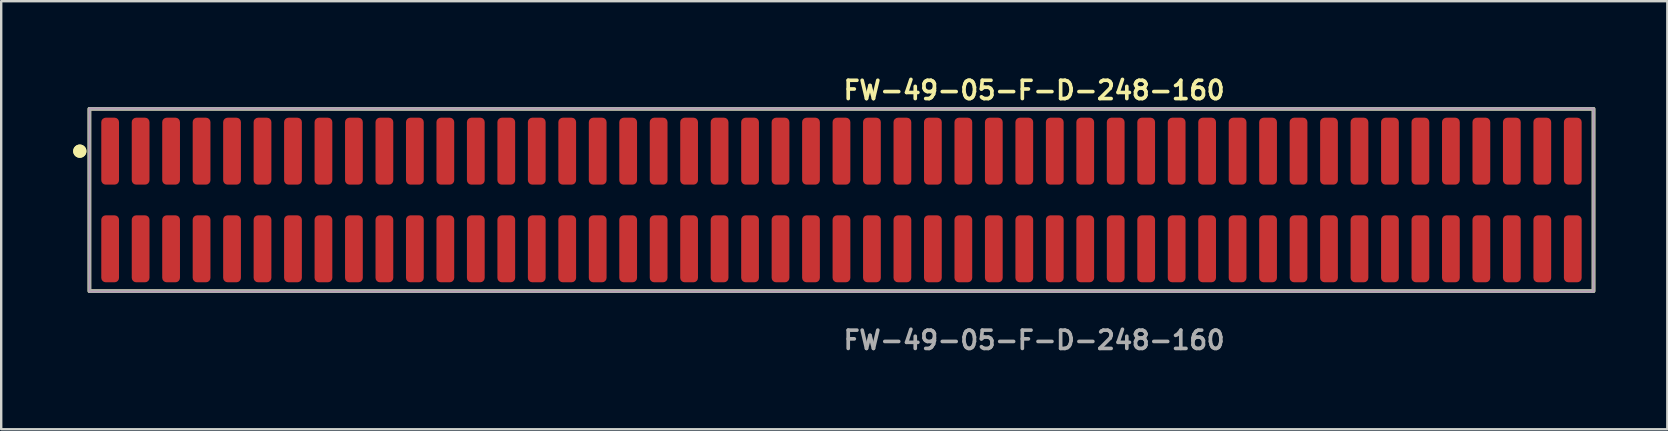
<source format=kicad_pcb>
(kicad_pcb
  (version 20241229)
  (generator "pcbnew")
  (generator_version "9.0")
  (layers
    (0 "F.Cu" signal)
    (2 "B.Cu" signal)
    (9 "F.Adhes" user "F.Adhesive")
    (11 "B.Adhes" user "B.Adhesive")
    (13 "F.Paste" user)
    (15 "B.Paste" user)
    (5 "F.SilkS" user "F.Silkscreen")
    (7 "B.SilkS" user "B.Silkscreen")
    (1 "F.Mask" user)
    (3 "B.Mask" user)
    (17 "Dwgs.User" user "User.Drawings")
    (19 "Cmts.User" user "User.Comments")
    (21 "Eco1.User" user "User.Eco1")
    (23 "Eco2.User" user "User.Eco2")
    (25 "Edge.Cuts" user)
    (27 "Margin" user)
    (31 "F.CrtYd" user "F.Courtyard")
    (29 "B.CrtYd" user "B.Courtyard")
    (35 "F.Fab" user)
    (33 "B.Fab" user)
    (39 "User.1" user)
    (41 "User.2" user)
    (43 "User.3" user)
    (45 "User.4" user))
  (footprint "FW-49-05-F-D-248-160"
    (layer "F.Cu")
    (at 32.021 5.285)
    (property "Reference" "FW-49-05-F-D-248-160" (at 0 -4.572 0) (unlocked yes) (layer "F.SilkS") (effects (font (size 0.762 0.762) (thickness 0.152)) (justify left)))
    (fp_rect (start -31.345 3.8) (end 31.345 -3.8) (stroke (width 0.152) (type solid)) (fill no) (layer "F.SilkS"))
    (fp_circle (center -31.745 -2.035) (end -31.945 -2.035) (stroke (width 0.152) (type solid)) (fill yes) (layer "F.SilkS"))
    (fp_circle (center -31.745 -2.035) (end -31.945 -2.035) (stroke (width 0.152) (type solid)) (fill yes) (layer "F.SilkS"))
    (fp_rect (start -31.345 3.8) (end 31.345 -3.8) (stroke (width 0.006) (type solid)) (fill no) (layer "F.CrtYd"))
    (fp_rect (start -31.345 3.8) (end 31.345 -3.8) (stroke (width 0.152) (type solid)) (fill no) (layer "F.Fab"))
    (fp_text user "${REFERENCE}" (at 0 5.842 0) (unlocked yes) (layer "F.Fab") (effects (font (size 0.762 0.762) (thickness 0.152)) (justify left)))
    (pad "1" smd roundrect (at -30.48 -2.035) (size 0.74 2.79) (layers "F.Cu" "F.Paste") (roundrect_rratio 0.25))
    (pad "2" smd roundrect (at -30.48 2.035) (size 0.74 2.79) (layers "F.Cu" "F.Paste") (roundrect_rratio 0.25))
    (pad "3" smd roundrect (at -29.21 -2.035) (size 0.74 2.79) (layers "F.Cu" "F.Paste") (roundrect_rratio 0.25))
    (pad "4" smd roundrect (at -29.21 2.035) (size 0.74 2.79) (layers "F.Cu" "F.Paste") (roundrect_rratio 0.25))
    (pad "5" smd roundrect (at -27.94 -2.035) (size 0.74 2.79) (layers "F.Cu" "F.Paste") (roundrect_rratio 0.25))
    (pad "6" smd roundrect (at -27.94 2.035) (size 0.74 2.79) (layers "F.Cu" "F.Paste") (roundrect_rratio 0.25))
    (pad "7" smd roundrect (at -26.67 -2.035) (size 0.74 2.79) (layers "F.Cu" "F.Paste") (roundrect_rratio 0.25))
    (pad "8" smd roundrect (at -26.67 2.035) (size 0.74 2.79) (layers "F.Cu" "F.Paste") (roundrect_rratio 0.25))
    (pad "9" smd roundrect (at -25.4 -2.035) (size 0.74 2.79) (layers "F.Cu" "F.Paste") (roundrect_rratio 0.25))
    (pad "10" smd roundrect (at -25.4 2.035) (size 0.74 2.79) (layers "F.Cu" "F.Paste") (roundrect_rratio 0.25))
    (pad "11" smd roundrect (at -24.13 -2.035) (size 0.74 2.79) (layers "F.Cu" "F.Paste") (roundrect_rratio 0.25))
    (pad "12" smd roundrect (at -24.13 2.035) (size 0.74 2.79) (layers "F.Cu" "F.Paste") (roundrect_rratio 0.25))
    (pad "13" smd roundrect (at -22.86 -2.035) (size 0.74 2.79) (layers "F.Cu" "F.Paste") (roundrect_rratio 0.25))
    (pad "14" smd roundrect (at -22.86 2.035) (size 0.74 2.79) (layers "F.Cu" "F.Paste") (roundrect_rratio 0.25))
    (pad "15" smd roundrect (at -21.59 -2.035) (size 0.74 2.79) (layers "F.Cu" "F.Paste") (roundrect_rratio 0.25))
    (pad "16" smd roundrect (at -21.59 2.035) (size 0.74 2.79) (layers "F.Cu" "F.Paste") (roundrect_rratio 0.25))
    (pad "17" smd roundrect (at -20.32 -2.035) (size 0.74 2.79) (layers "F.Cu" "F.Paste") (roundrect_rratio 0.25))
    (pad "18" smd roundrect (at -20.32 2.035) (size 0.74 2.79) (layers "F.Cu" "F.Paste") (roundrect_rratio 0.25))
    (pad "19" smd roundrect (at -19.05 -2.035) (size 0.74 2.79) (layers "F.Cu" "F.Paste") (roundrect_rratio 0.25))
    (pad "20" smd roundrect (at -19.05 2.035) (size 0.74 2.79) (layers "F.Cu" "F.Paste") (roundrect_rratio 0.25))
    (pad "21" smd roundrect (at -17.78 -2.035) (size 0.74 2.79) (layers "F.Cu" "F.Paste") (roundrect_rratio 0.25))
    (pad "22" smd roundrect (at -17.78 2.035) (size 0.74 2.79) (layers "F.Cu" "F.Paste") (roundrect_rratio 0.25))
    (pad "23" smd roundrect (at -16.51 -2.035) (size 0.74 2.79) (layers "F.Cu" "F.Paste") (roundrect_rratio 0.25))
    (pad "24" smd roundrect (at -16.51 2.035) (size 0.74 2.79) (layers "F.Cu" "F.Paste") (roundrect_rratio 0.25))
    (pad "25" smd roundrect (at -15.24 -2.035) (size 0.74 2.79) (layers "F.Cu" "F.Paste") (roundrect_rratio 0.25))
    (pad "26" smd roundrect (at -15.24 2.035) (size 0.74 2.79) (layers "F.Cu" "F.Paste") (roundrect_rratio 0.25))
    (pad "27" smd roundrect (at -13.97 -2.035) (size 0.74 2.79) (layers "F.Cu" "F.Paste") (roundrect_rratio 0.25))
    (pad "28" smd roundrect (at -13.97 2.035) (size 0.74 2.79) (layers "F.Cu" "F.Paste") (roundrect_rratio 0.25))
    (pad "29" smd roundrect (at -12.7 -2.035) (size 0.74 2.79) (layers "F.Cu" "F.Paste") (roundrect_rratio 0.25))
    (pad "30" smd roundrect (at -12.7 2.035) (size 0.74 2.79) (layers "F.Cu" "F.Paste") (roundrect_rratio 0.25))
    (pad "31" smd roundrect (at -11.43 -2.035) (size 0.74 2.79) (layers "F.Cu" "F.Paste") (roundrect_rratio 0.25))
    (pad "32" smd roundrect (at -11.43 2.035) (size 0.74 2.79) (layers "F.Cu" "F.Paste") (roundrect_rratio 0.25))
    (pad "33" smd roundrect (at -10.16 -2.035) (size 0.74 2.79) (layers "F.Cu" "F.Paste") (roundrect_rratio 0.25))
    (pad "34" smd roundrect (at -10.16 2.035) (size 0.74 2.79) (layers "F.Cu" "F.Paste") (roundrect_rratio 0.25))
    (pad "35" smd roundrect (at -8.89 -2.035) (size 0.74 2.79) (layers "F.Cu" "F.Paste") (roundrect_rratio 0.25))
    (pad "36" smd roundrect (at -8.89 2.035) (size 0.74 2.79) (layers "F.Cu" "F.Paste") (roundrect_rratio 0.25))
    (pad "37" smd roundrect (at -7.62 -2.035) (size 0.74 2.79) (layers "F.Cu" "F.Paste") (roundrect_rratio 0.25))
    (pad "38" smd roundrect (at -7.62 2.035) (size 0.74 2.79) (layers "F.Cu" "F.Paste") (roundrect_rratio 0.25))
    (pad "39" smd roundrect (at -6.35 -2.035) (size 0.74 2.79) (layers "F.Cu" "F.Paste") (roundrect_rratio 0.25))
    (pad "40" smd roundrect (at -6.35 2.035) (size 0.74 2.79) (layers "F.Cu" "F.Paste") (roundrect_rratio 0.25))
    (pad "41" smd roundrect (at -5.08 -2.035) (size 0.74 2.79) (layers "F.Cu" "F.Paste") (roundrect_rratio 0.25))
    (pad "42" smd roundrect (at -5.08 2.035) (size 0.74 2.79) (layers "F.Cu" "F.Paste") (roundrect_rratio 0.25))
    (pad "43" smd roundrect (at -3.81 -2.035) (size 0.74 2.79) (layers "F.Cu" "F.Paste") (roundrect_rratio 0.25))
    (pad "44" smd roundrect (at -3.81 2.035) (size 0.74 2.79) (layers "F.Cu" "F.Paste") (roundrect_rratio 0.25))
    (pad "45" smd roundrect (at -2.54 -2.035) (size 0.74 2.79) (layers "F.Cu" "F.Paste") (roundrect_rratio 0.25))
    (pad "46" smd roundrect (at -2.54 2.035) (size 0.74 2.79) (layers "F.Cu" "F.Paste") (roundrect_rratio 0.25))
    (pad "47" smd roundrect (at -1.27 -2.035) (size 0.74 2.79) (layers "F.Cu" "F.Paste") (roundrect_rratio 0.25))
    (pad "48" smd roundrect (at -1.27 2.035) (size 0.74 2.79) (layers "F.Cu" "F.Paste") (roundrect_rratio 0.25))
    (pad "49" smd roundrect (at 0 -2.035) (size 0.74 2.79) (layers "F.Cu" "F.Paste") (roundrect_rratio 0.25))
    (pad "50" smd roundrect (at 0 2.035) (size 0.74 2.79) (layers "F.Cu" "F.Paste") (roundrect_rratio 0.25))
    (pad "51" smd roundrect (at 1.27 -2.035) (size 0.74 2.79) (layers "F.Cu" "F.Paste") (roundrect_rratio 0.25))
    (pad "52" smd roundrect (at 1.27 2.035) (size 0.74 2.79) (layers "F.Cu" "F.Paste") (roundrect_rratio 0.25))
    (pad "53" smd roundrect (at 2.54 -2.035) (size 0.74 2.79) (layers "F.Cu" "F.Paste") (roundrect_rratio 0.25))
    (pad "54" smd roundrect (at 2.54 2.035) (size 0.74 2.79) (layers "F.Cu" "F.Paste") (roundrect_rratio 0.25))
    (pad "55" smd roundrect (at 3.81 -2.035) (size 0.74 2.79) (layers "F.Cu" "F.Paste") (roundrect_rratio 0.25))
    (pad "56" smd roundrect (at 3.81 2.035) (size 0.74 2.79) (layers "F.Cu" "F.Paste") (roundrect_rratio 0.25))
    (pad "57" smd roundrect (at 5.08 -2.035) (size 0.74 2.79) (layers "F.Cu" "F.Paste") (roundrect_rratio 0.25))
    (pad "58" smd roundrect (at 5.08 2.035) (size 0.74 2.79) (layers "F.Cu" "F.Paste") (roundrect_rratio 0.25))
    (pad "59" smd roundrect (at 6.35 -2.035) (size 0.74 2.79) (layers "F.Cu" "F.Paste") (roundrect_rratio 0.25))
    (pad "60" smd roundrect (at 6.35 2.035) (size 0.74 2.79) (layers "F.Cu" "F.Paste") (roundrect_rratio 0.25))
    (pad "61" smd roundrect (at 7.62 -2.035) (size 0.74 2.79) (layers "F.Cu" "F.Paste") (roundrect_rratio 0.25))
    (pad "62" smd roundrect (at 7.62 2.035) (size 0.74 2.79) (layers "F.Cu" "F.Paste") (roundrect_rratio 0.25))
    (pad "63" smd roundrect (at 8.89 -2.035) (size 0.74 2.79) (layers "F.Cu" "F.Paste") (roundrect_rratio 0.25))
    (pad "64" smd roundrect (at 8.89 2.035) (size 0.74 2.79) (layers "F.Cu" "F.Paste") (roundrect_rratio 0.25))
    (pad "65" smd roundrect (at 10.16 -2.035) (size 0.74 2.79) (layers "F.Cu" "F.Paste") (roundrect_rratio 0.25))
    (pad "66" smd roundrect (at 10.16 2.035) (size 0.74 2.79) (layers "F.Cu" "F.Paste") (roundrect_rratio 0.25))
    (pad "67" smd roundrect (at 11.43 -2.035) (size 0.74 2.79) (layers "F.Cu" "F.Paste") (roundrect_rratio 0.25))
    (pad "68" smd roundrect (at 11.43 2.035) (size 0.74 2.79) (layers "F.Cu" "F.Paste") (roundrect_rratio 0.25))
    (pad "69" smd roundrect (at 12.7 -2.035) (size 0.74 2.79) (layers "F.Cu" "F.Paste") (roundrect_rratio 0.25))
    (pad "70" smd roundrect (at 12.7 2.035) (size 0.74 2.79) (layers "F.Cu" "F.Paste") (roundrect_rratio 0.25))
    (pad "71" smd roundrect (at 13.97 -2.035) (size 0.74 2.79) (layers "F.Cu" "F.Paste") (roundrect_rratio 0.25))
    (pad "72" smd roundrect (at 13.97 2.035) (size 0.74 2.79) (layers "F.Cu" "F.Paste") (roundrect_rratio 0.25))
    (pad "73" smd roundrect (at 15.24 -2.035) (size 0.74 2.79) (layers "F.Cu" "F.Paste") (roundrect_rratio 0.25))
    (pad "74" smd roundrect (at 15.24 2.035) (size 0.74 2.79) (layers "F.Cu" "F.Paste") (roundrect_rratio 0.25))
    (pad "75" smd roundrect (at 16.51 -2.035) (size 0.74 2.79) (layers "F.Cu" "F.Paste") (roundrect_rratio 0.25))
    (pad "76" smd roundrect (at 16.51 2.035) (size 0.74 2.79) (layers "F.Cu" "F.Paste") (roundrect_rratio 0.25))
    (pad "77" smd roundrect (at 17.78 -2.035) (size 0.74 2.79) (layers "F.Cu" "F.Paste") (roundrect_rratio 0.25))
    (pad "78" smd roundrect (at 17.78 2.035) (size 0.74 2.79) (layers "F.Cu" "F.Paste") (roundrect_rratio 0.25))
    (pad "79" smd roundrect (at 19.05 -2.035) (size 0.74 2.79) (layers "F.Cu" "F.Paste") (roundrect_rratio 0.25))
    (pad "80" smd roundrect (at 19.05 2.035) (size 0.74 2.79) (layers "F.Cu" "F.Paste") (roundrect_rratio 0.25))
    (pad "81" smd roundrect (at 20.32 -2.035) (size 0.74 2.79) (layers "F.Cu" "F.Paste") (roundrect_rratio 0.25))
    (pad "82" smd roundrect (at 20.32 2.035) (size 0.74 2.79) (layers "F.Cu" "F.Paste") (roundrect_rratio 0.25))
    (pad "83" smd roundrect (at 21.59 -2.035) (size 0.74 2.79) (layers "F.Cu" "F.Paste") (roundrect_rratio 0.25))
    (pad "84" smd roundrect (at 21.59 2.035) (size 0.74 2.79) (layers "F.Cu" "F.Paste") (roundrect_rratio 0.25))
    (pad "85" smd roundrect (at 22.86 -2.035) (size 0.74 2.79) (layers "F.Cu" "F.Paste") (roundrect_rratio 0.25))
    (pad "86" smd roundrect (at 22.86 2.035) (size 0.74 2.79) (layers "F.Cu" "F.Paste") (roundrect_rratio 0.25))
    (pad "87" smd roundrect (at 24.13 -2.035) (size 0.74 2.79) (layers "F.Cu" "F.Paste") (roundrect_rratio 0.25))
    (pad "88" smd roundrect (at 24.13 2.035) (size 0.74 2.79) (layers "F.Cu" "F.Paste") (roundrect_rratio 0.25))
    (pad "89" smd roundrect (at 25.4 -2.035) (size 0.74 2.79) (layers "F.Cu" "F.Paste") (roundrect_rratio 0.25))
    (pad "90" smd roundrect (at 25.4 2.035) (size 0.74 2.79) (layers "F.Cu" "F.Paste") (roundrect_rratio 0.25))
    (pad "91" smd roundrect (at 26.67 -2.035) (size 0.74 2.79) (layers "F.Cu" "F.Paste") (roundrect_rratio 0.25))
    (pad "92" smd roundrect (at 26.67 2.035) (size 0.74 2.79) (layers "F.Cu" "F.Paste") (roundrect_rratio 0.25))
    (pad "93" smd roundrect (at 27.94 -2.035) (size 0.74 2.79) (layers "F.Cu" "F.Paste") (roundrect_rratio 0.25))
    (pad "94" smd roundrect (at 27.94 2.035) (size 0.74 2.79) (layers "F.Cu" "F.Paste") (roundrect_rratio 0.25))
    (pad "95" smd roundrect (at 29.21 -2.035) (size 0.74 2.79) (layers "F.Cu" "F.Paste") (roundrect_rratio 0.25))
    (pad "96" smd roundrect (at 29.21 2.035) (size 0.74 2.79) (layers "F.Cu" "F.Paste") (roundrect_rratio 0.25))
    (pad "97" smd roundrect (at 30.48 -2.035) (size 0.74 2.79) (layers "F.Cu" "F.Paste") (roundrect_rratio 0.25))
    (pad "98" smd roundrect (at 30.48 2.035) (size 0.74 2.79) (layers "F.Cu" "F.Paste") (roundrect_rratio 0.25)))
  (gr_rect
    (start -3 -3)
    (end 66.442 14.84)
    (stroke (width 0.1) (type default))
    (fill no)
    (layer "Edge.Cuts")))
</source>
